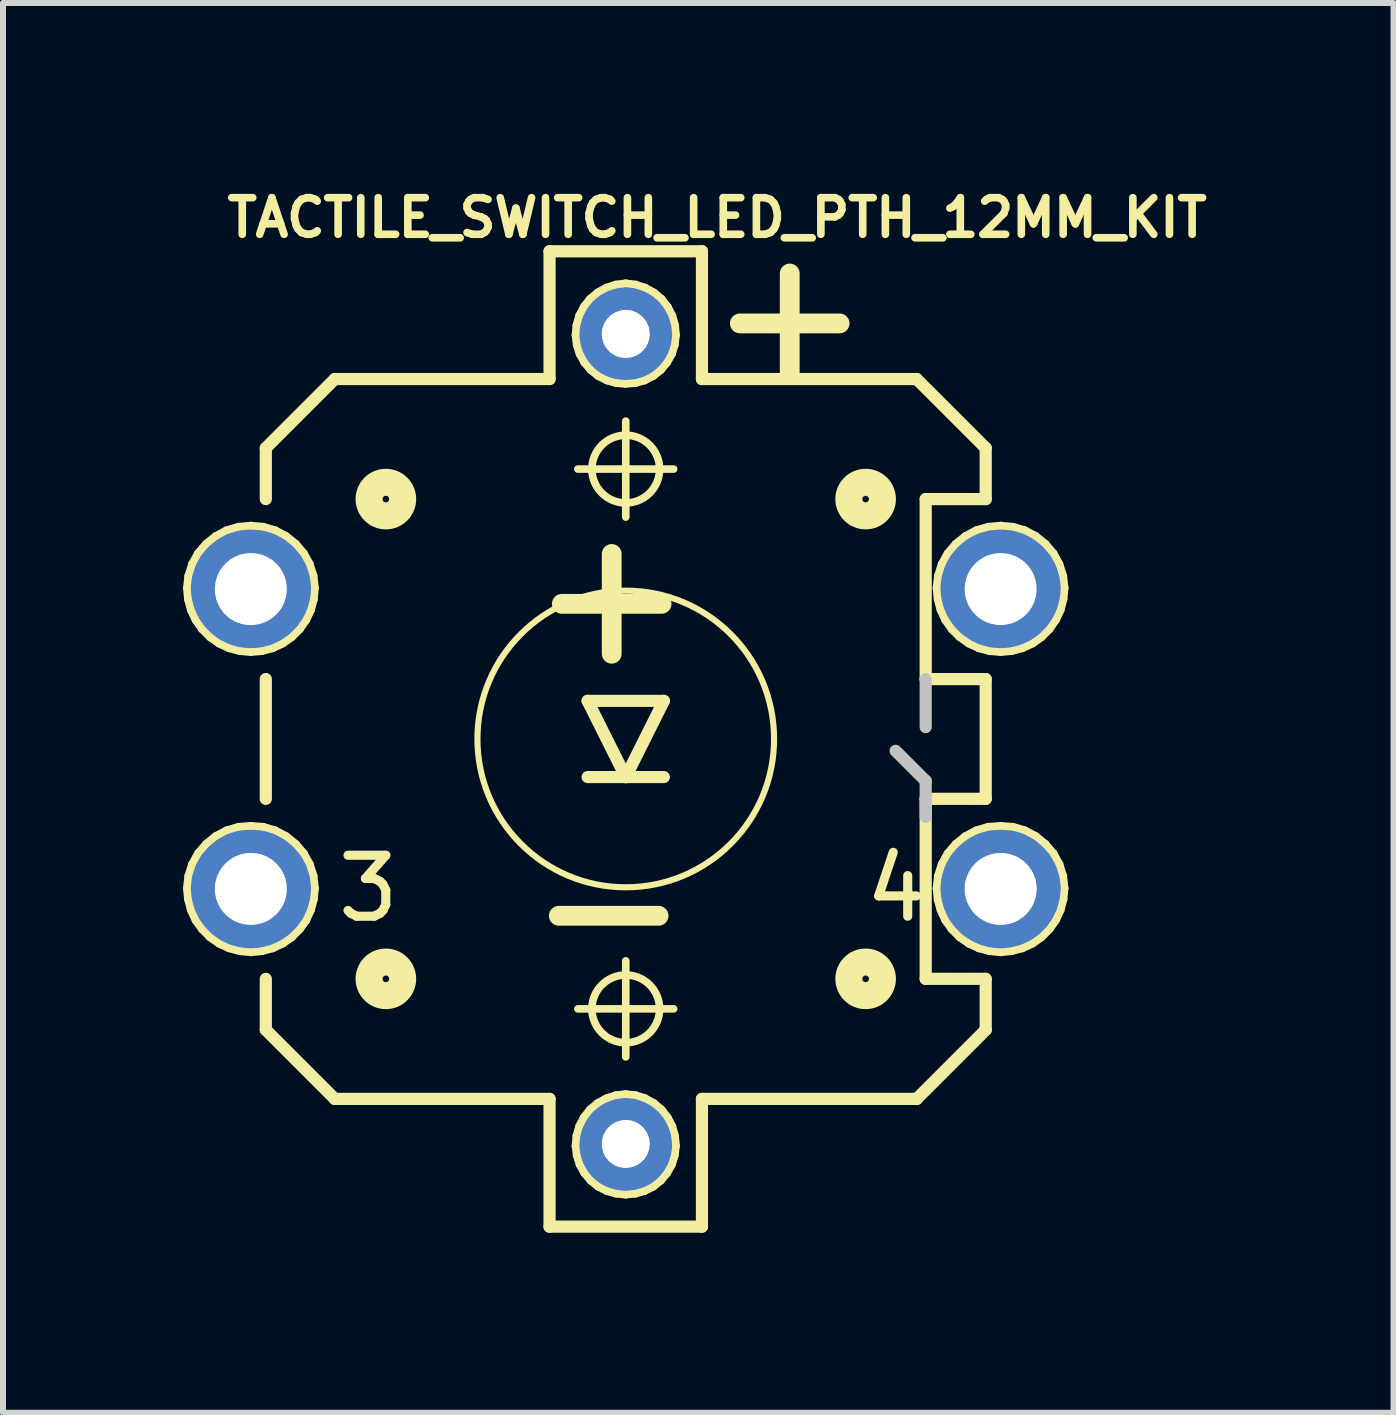
<source format=kicad_pcb>
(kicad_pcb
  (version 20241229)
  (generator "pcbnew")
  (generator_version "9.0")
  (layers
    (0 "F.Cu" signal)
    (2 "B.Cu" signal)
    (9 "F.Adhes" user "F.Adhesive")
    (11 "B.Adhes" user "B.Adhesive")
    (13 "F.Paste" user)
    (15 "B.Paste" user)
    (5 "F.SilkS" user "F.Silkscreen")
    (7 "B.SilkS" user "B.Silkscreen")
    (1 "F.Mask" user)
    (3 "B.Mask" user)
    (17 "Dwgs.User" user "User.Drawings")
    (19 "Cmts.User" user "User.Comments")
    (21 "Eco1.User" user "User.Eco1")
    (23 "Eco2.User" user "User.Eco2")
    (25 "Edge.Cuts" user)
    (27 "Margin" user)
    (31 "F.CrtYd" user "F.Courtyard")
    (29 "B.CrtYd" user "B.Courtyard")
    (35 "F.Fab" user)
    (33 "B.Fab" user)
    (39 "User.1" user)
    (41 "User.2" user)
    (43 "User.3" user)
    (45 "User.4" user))
  (footprint "TACTILE_SWITCH_LED_PTH_12MM_KIT"
    (layer "F.Cu")
    (at 7.379 9.266)
    (property "Reference" "TACTILE_SWITCH_LED_PTH_12MM_KIT" (at 1.524 -8.687 0) (layer "F.SilkS") (effects (font (size 0.61 0.61) (thickness 0.127))))
    (attr exclude_from_pos_files exclude_from_bom)
    (fp_line (start -7.315 -2.515) (end -7.297 -2.329) (stroke (width 0.127) (type solid)) (layer "F.SilkS"))
    (fp_line (start -7.315 2.489) (end -7.297 2.672) (stroke (width 0.127) (type solid)) (layer "F.SilkS"))
    (fp_line (start -7.297 -2.329) (end -7.249 -2.149) (stroke (width 0.127) (type solid)) (layer "F.SilkS"))
    (fp_line (start -7.297 2.672) (end -7.249 2.852) (stroke (width 0.127) (type solid)) (layer "F.SilkS"))
    (fp_line (start -7.292 -2.718) (end -7.315 -2.515) (stroke (width 0.127) (type solid)) (layer "F.SilkS"))
    (fp_line (start -7.292 2.283) (end -7.315 2.489) (stroke (width 0.127) (type solid)) (layer "F.SilkS"))
    (fp_line (start -7.249 -2.149) (end -7.17 -1.981) (stroke (width 0.127) (type solid)) (layer "F.SilkS"))
    (fp_line (start -7.249 2.852) (end -7.17 3.023) (stroke (width 0.127) (type solid)) (layer "F.SilkS"))
    (fp_line (start -7.229 -2.916) (end -7.292 -2.718) (stroke (width 0.127) (type solid)) (layer "F.SilkS"))
    (fp_line (start -7.229 2.085) (end -7.292 2.283) (stroke (width 0.127) (type solid)) (layer "F.SilkS"))
    (fp_line (start -7.17 -1.981) (end -7.064 -1.829) (stroke (width 0.127) (type solid)) (layer "F.SilkS"))
    (fp_line (start -7.17 3.023) (end -7.064 3.172) (stroke (width 0.127) (type solid)) (layer "F.SilkS"))
    (fp_line (start -7.13 -3.096) (end -7.229 -2.916) (stroke (width 0.127) (type solid)) (layer "F.SilkS"))
    (fp_line (start -7.13 1.905) (end -7.229 2.085) (stroke (width 0.127) (type solid)) (layer "F.SilkS"))
    (fp_line (start -7.064 -1.829) (end -6.932 -1.697) (stroke (width 0.127) (type solid)) (layer "F.SilkS"))
    (fp_line (start -7.064 3.172) (end -6.932 3.305) (stroke (width 0.127) (type solid)) (layer "F.SilkS"))
    (fp_line (start -6.995 -3.254) (end -7.13 -3.096) (stroke (width 0.127) (type solid)) (layer "F.SilkS"))
    (fp_line (start -6.995 1.748) (end -7.13 1.905) (stroke (width 0.127) (type solid)) (layer "F.SilkS"))
    (fp_line (start -6.932 -1.697) (end -6.782 -1.59) (stroke (width 0.127) (type solid)) (layer "F.SilkS"))
    (fp_line (start -6.932 3.305) (end -6.782 3.411) (stroke (width 0.127) (type solid)) (layer "F.SilkS"))
    (fp_line (start -6.835 -3.383) (end -6.995 -3.254) (stroke (width 0.127) (type solid)) (layer "F.SilkS"))
    (fp_line (start -6.835 1.618) (end -6.995 1.748) (stroke (width 0.127) (type solid)) (layer "F.SilkS"))
    (fp_line (start -6.782 -1.59) (end -6.612 -1.511) (stroke (width 0.127) (type solid)) (layer "F.SilkS"))
    (fp_line (start -6.782 2.52) (end -6.764 2.634) (stroke (width 0.127) (type solid)) (layer "F.SilkS"))
    (fp_line (start -6.782 3.411) (end -6.612 3.49) (stroke (width 0.127) (type solid)) (layer "F.SilkS"))
    (fp_line (start -6.777 -2.469) (end -6.761 -2.355) (stroke (width 0.127) (type solid)) (layer "F.SilkS"))
    (fp_line (start -6.769 2.398) (end -6.782 2.52) (stroke (width 0.127) (type solid)) (layer "F.SilkS"))
    (fp_line (start -6.767 -2.591) (end -6.777 -2.469) (stroke (width 0.127) (type solid)) (layer "F.SilkS"))
    (fp_line (start -6.764 2.634) (end -6.723 2.741) (stroke (width 0.127) (type solid)) (layer "F.SilkS"))
    (fp_line (start -6.761 -2.355) (end -6.721 -2.248) (stroke (width 0.127) (type solid)) (layer "F.SilkS"))
    (fp_line (start -6.731 2.283) (end -6.769 2.398) (stroke (width 0.127) (type solid)) (layer "F.SilkS"))
    (fp_line (start -6.728 -2.705) (end -6.767 -2.591) (stroke (width 0.127) (type solid)) (layer "F.SilkS"))
    (fp_line (start -6.723 2.741) (end -6.66 2.837) (stroke (width 0.127) (type solid)) (layer "F.SilkS"))
    (fp_line (start -6.721 -2.248) (end -6.657 -2.151) (stroke (width 0.127) (type solid)) (layer "F.SilkS"))
    (fp_line (start -6.67 2.179) (end -6.731 2.283) (stroke (width 0.127) (type solid)) (layer "F.SilkS"))
    (fp_line (start -6.668 -2.809) (end -6.728 -2.705) (stroke (width 0.127) (type solid)) (layer "F.SilkS"))
    (fp_line (start -6.66 2.837) (end -6.576 2.918) (stroke (width 0.127) (type solid)) (layer "F.SilkS"))
    (fp_line (start -6.657 -2.151) (end -6.574 -2.07) (stroke (width 0.127) (type solid)) (layer "F.SilkS"))
    (fp_line (start -6.652 -3.48) (end -6.835 -3.383) (stroke (width 0.127) (type solid)) (layer "F.SilkS"))
    (fp_line (start -6.652 1.521) (end -6.835 1.618) (stroke (width 0.127) (type solid)) (layer "F.SilkS"))
    (fp_line (start -6.612 -1.511) (end -6.431 -1.463) (stroke (width 0.127) (type solid)) (layer "F.SilkS"))
    (fp_line (start -6.612 3.49) (end -6.431 3.538) (stroke (width 0.127) (type solid)) (layer "F.SilkS"))
    (fp_line (start -6.586 2.093) (end -6.67 2.179) (stroke (width 0.127) (type solid)) (layer "F.SilkS"))
    (fp_line (start -6.584 -2.896) (end -6.668 -2.809) (stroke (width 0.127) (type solid)) (layer "F.SilkS"))
    (fp_line (start -6.576 2.918) (end -6.477 2.977) (stroke (width 0.127) (type solid)) (layer "F.SilkS"))
    (fp_line (start -6.574 -2.07) (end -6.474 -2.012) (stroke (width 0.127) (type solid)) (layer "F.SilkS"))
    (fp_line (start -6.485 2.024) (end -6.586 2.093) (stroke (width 0.127) (type solid)) (layer "F.SilkS"))
    (fp_line (start -6.482 -2.964) (end -6.584 -2.896) (stroke (width 0.127) (type solid)) (layer "F.SilkS"))
    (fp_line (start -6.477 2.977) (end -6.368 3.012) (stroke (width 0.127) (type solid)) (layer "F.SilkS"))
    (fp_line (start -6.474 -2.012) (end -6.365 -1.976) (stroke (width 0.127) (type solid)) (layer "F.SilkS"))
    (fp_line (start -6.454 -3.538) (end -6.652 -3.48) (stroke (width 0.127) (type solid)) (layer "F.SilkS"))
    (fp_line (start -6.454 1.463) (end -6.652 1.521) (stroke (width 0.127) (type solid)) (layer "F.SilkS"))
    (fp_line (start -6.431 -1.463) (end -6.248 -1.448) (stroke (width 0.127) (type solid)) (layer "F.SilkS"))
    (fp_line (start -6.431 3.538) (end -6.248 3.556) (stroke (width 0.127) (type solid)) (layer "F.SilkS"))
    (fp_line (start -6.373 1.984) (end -6.485 2.024) (stroke (width 0.127) (type solid)) (layer "F.SilkS"))
    (fp_line (start -6.37 -3.005) (end -6.482 -2.964) (stroke (width 0.127) (type solid)) (layer "F.SilkS"))
    (fp_line (start -6.368 3.012) (end -6.253 3.025) (stroke (width 0.127) (type solid)) (layer "F.SilkS"))
    (fp_line (start -6.365 -1.976) (end -6.251 -1.963) (stroke (width 0.127) (type solid)) (layer "F.SilkS"))
    (fp_line (start -6.253 3.025) (end -6.134 3.007) (stroke (width 0.127) (type solid)) (layer "F.SilkS"))
    (fp_line (start -6.251 -1.963) (end -6.132 -1.981) (stroke (width 0.127) (type solid)) (layer "F.SilkS"))
    (fp_line (start -6.251 1.968) (end -6.373 1.984) (stroke (width 0.127) (type solid)) (layer "F.SilkS"))
    (fp_line (start -6.248 -3.556) (end -6.454 -3.538) (stroke (width 0.127) (type solid)) (layer "F.SilkS"))
    (fp_line (start -6.248 -3.02) (end -6.37 -3.005) (stroke (width 0.127) (type solid)) (layer "F.SilkS"))
    (fp_line (start -6.248 -1.448) (end -6.063 -1.463) (stroke (width 0.127) (type solid)) (layer "F.SilkS"))
    (fp_line (start -6.248 1.448) (end -6.454 1.463) (stroke (width 0.127) (type solid)) (layer "F.SilkS"))
    (fp_line (start -6.248 3.556) (end -6.063 3.538) (stroke (width 0.127) (type solid)) (layer "F.SilkS"))
    (fp_line (start -6.137 1.979) (end -6.251 1.968) (stroke (width 0.127) (type solid)) (layer "F.SilkS"))
    (fp_line (start -6.134 -3.01) (end -6.248 -3.02) (stroke (width 0.127) (type solid)) (layer "F.SilkS"))
    (fp_line (start -6.134 3.007) (end -6.02 2.967) (stroke (width 0.127) (type solid)) (layer "F.SilkS"))
    (fp_line (start -6.132 -1.981) (end -6.017 -2.022) (stroke (width 0.127) (type solid)) (layer "F.SilkS"))
    (fp_line (start -6.063 -1.463) (end -5.883 -1.511) (stroke (width 0.127) (type solid)) (layer "F.SilkS"))
    (fp_line (start -6.063 3.538) (end -5.883 3.49) (stroke (width 0.127) (type solid)) (layer "F.SilkS"))
    (fp_line (start -6.04 -3.538) (end -6.248 -3.556) (stroke (width 0.127) (type solid)) (layer "F.SilkS"))
    (fp_line (start -6.04 1.463) (end -6.248 1.448) (stroke (width 0.127) (type solid)) (layer "F.SilkS"))
    (fp_line (start -6.027 2.014) (end -6.137 1.979) (stroke (width 0.127) (type solid)) (layer "F.SilkS"))
    (fp_line (start -6.025 -2.974) (end -6.134 -3.01) (stroke (width 0.127) (type solid)) (layer "F.SilkS"))
    (fp_line (start -6.02 2.967) (end -5.921 2.901) (stroke (width 0.127) (type solid)) (layer "F.SilkS"))
    (fp_line (start -6.017 -2.022) (end -5.918 -2.088) (stroke (width 0.127) (type solid)) (layer "F.SilkS"))
    (fp_line (start -5.999 -4.849) (end -4.849 -5.999) (stroke (width 0.203) (type solid)) (layer "F.SilkS"))
    (fp_line (start -5.999 -3.998) (end -5.999 -4.849) (stroke (width 0.203) (type solid)) (layer "F.SilkS"))
    (fp_line (start -5.999 0.998) (end -5.999 -0.998) (stroke (width 0.203) (type solid)) (layer "F.SilkS"))
    (fp_line (start -5.999 4.849) (end -5.999 3.998) (stroke (width 0.203) (type solid)) (layer "F.SilkS"))
    (fp_line (start -5.928 2.075) (end -6.027 2.014) (stroke (width 0.127) (type solid)) (layer "F.SilkS"))
    (fp_line (start -5.926 -2.913) (end -6.025 -2.974) (stroke (width 0.127) (type solid)) (layer "F.SilkS"))
    (fp_line (start -5.921 2.901) (end -5.837 2.814) (stroke (width 0.127) (type solid)) (layer "F.SilkS"))
    (fp_line (start -5.918 -2.088) (end -5.834 -2.174) (stroke (width 0.127) (type solid)) (layer "F.SilkS"))
    (fp_line (start -5.883 -1.511) (end -5.715 -1.59) (stroke (width 0.127) (type solid)) (layer "F.SilkS"))
    (fp_line (start -5.883 3.49) (end -5.715 3.411) (stroke (width 0.127) (type solid)) (layer "F.SilkS"))
    (fp_line (start -5.845 2.156) (end -5.928 2.075) (stroke (width 0.127) (type solid)) (layer "F.SilkS"))
    (fp_line (start -5.842 -3.48) (end -6.04 -3.538) (stroke (width 0.127) (type solid)) (layer "F.SilkS"))
    (fp_line (start -5.842 -2.832) (end -5.926 -2.913) (stroke (width 0.127) (type solid)) (layer "F.SilkS"))
    (fp_line (start -5.842 1.521) (end -6.04 1.463) (stroke (width 0.127) (type solid)) (layer "F.SilkS"))
    (fp_line (start -5.837 2.814) (end -5.776 2.71) (stroke (width 0.127) (type solid)) (layer "F.SilkS"))
    (fp_line (start -5.834 -2.174) (end -5.773 -2.278) (stroke (width 0.127) (type solid)) (layer "F.SilkS"))
    (fp_line (start -5.781 2.253) (end -5.845 2.156) (stroke (width 0.127) (type solid)) (layer "F.SilkS"))
    (fp_line (start -5.779 -2.736) (end -5.842 -2.832) (stroke (width 0.127) (type solid)) (layer "F.SilkS"))
    (fp_line (start -5.776 2.71) (end -5.738 2.598) (stroke (width 0.127) (type solid)) (layer "F.SilkS"))
    (fp_line (start -5.773 -2.278) (end -5.735 -2.39) (stroke (width 0.127) (type solid)) (layer "F.SilkS"))
    (fp_line (start -5.74 2.362) (end -5.781 2.253) (stroke (width 0.127) (type solid)) (layer "F.SilkS"))
    (fp_line (start -5.738 -2.626) (end -5.779 -2.736) (stroke (width 0.127) (type solid)) (layer "F.SilkS"))
    (fp_line (start -5.738 2.598) (end -5.728 2.479) (stroke (width 0.127) (type solid)) (layer "F.SilkS"))
    (fp_line (start -5.735 -2.39) (end -5.723 -2.51) (stroke (width 0.127) (type solid)) (layer "F.SilkS"))
    (fp_line (start -5.728 2.479) (end -5.74 2.362) (stroke (width 0.127) (type solid)) (layer "F.SilkS"))
    (fp_line (start -5.723 -2.51) (end -5.738 -2.626) (stroke (width 0.127) (type solid)) (layer "F.SilkS"))
    (fp_line (start -5.715 -1.59) (end -5.563 -1.697) (stroke (width 0.127) (type solid)) (layer "F.SilkS"))
    (fp_line (start -5.715 3.411) (end -5.563 3.305) (stroke (width 0.127) (type solid)) (layer "F.SilkS"))
    (fp_line (start -5.659 -3.383) (end -5.842 -3.48) (stroke (width 0.127) (type solid)) (layer "F.SilkS"))
    (fp_line (start -5.659 1.618) (end -5.842 1.521) (stroke (width 0.127) (type solid)) (layer "F.SilkS"))
    (fp_line (start -5.563 -1.697) (end -5.431 -1.829) (stroke (width 0.127) (type solid)) (layer "F.SilkS"))
    (fp_line (start -5.563 3.305) (end -5.431 3.172) (stroke (width 0.127) (type solid)) (layer "F.SilkS"))
    (fp_line (start -5.499 -3.254) (end -5.659 -3.383) (stroke (width 0.127) (type solid)) (layer "F.SilkS"))
    (fp_line (start -5.499 1.748) (end -5.659 1.618) (stroke (width 0.127) (type solid)) (layer "F.SilkS"))
    (fp_line (start -5.431 -1.829) (end -5.324 -1.981) (stroke (width 0.127) (type solid)) (layer "F.SilkS"))
    (fp_line (start -5.431 3.172) (end -5.324 3.023) (stroke (width 0.127) (type solid)) (layer "F.SilkS"))
    (fp_line (start -5.364 -3.096) (end -5.499 -3.254) (stroke (width 0.127) (type solid)) (layer "F.SilkS"))
    (fp_line (start -5.364 1.905) (end -5.499 1.748) (stroke (width 0.127) (type solid)) (layer "F.SilkS"))
    (fp_line (start -5.324 -1.981) (end -5.245 -2.149) (stroke (width 0.127) (type solid)) (layer "F.SilkS"))
    (fp_line (start -5.324 3.023) (end -5.245 2.852) (stroke (width 0.127) (type solid)) (layer "F.SilkS"))
    (fp_line (start -5.265 -2.916) (end -5.364 -3.096) (stroke (width 0.127) (type solid)) (layer "F.SilkS"))
    (fp_line (start -5.265 2.085) (end -5.364 1.905) (stroke (width 0.127) (type solid)) (layer "F.SilkS"))
    (fp_line (start -5.245 -2.149) (end -5.197 -2.329) (stroke (width 0.127) (type solid)) (layer "F.SilkS"))
    (fp_line (start -5.245 2.852) (end -5.197 2.672) (stroke (width 0.127) (type solid)) (layer "F.SilkS"))
    (fp_line (start -5.202 -2.718) (end -5.265 -2.916) (stroke (width 0.127) (type solid)) (layer "F.SilkS"))
    (fp_line (start -5.202 2.283) (end -5.265 2.085) (stroke (width 0.127) (type solid)) (layer "F.SilkS"))
    (fp_line (start -5.197 -2.329) (end -5.179 -2.515) (stroke (width 0.127) (type solid)) (layer "F.SilkS"))
    (fp_line (start -5.197 2.672) (end -5.179 2.489) (stroke (width 0.127) (type solid)) (layer "F.SilkS"))
    (fp_line (start -5.179 -2.515) (end -5.202 -2.718) (stroke (width 0.127) (type solid)) (layer "F.SilkS"))
    (fp_line (start -5.179 2.489) (end -5.202 2.283) (stroke (width 0.127) (type solid)) (layer "F.SilkS"))
    (fp_line (start -4.849 -5.999) (end -1.27 -5.999) (stroke (width 0.203) (type solid)) (layer "F.SilkS"))
    (fp_line (start -4.849 5.999) (end -5.999 4.849) (stroke (width 0.203) (type solid)) (layer "F.SilkS"))
    (fp_line (start -1.27 -8.128) (end 1.27 -8.128) (stroke (width 0.203) (type solid)) (layer "F.SilkS"))
    (fp_line (start -1.27 -5.999) (end -1.27 -8.128) (stroke (width 0.203) (type solid)) (layer "F.SilkS"))
    (fp_line (start -1.27 5.999) (end -4.849 5.999) (stroke (width 0.203) (type solid)) (layer "F.SilkS"))
    (fp_line (start -1.27 8.128) (end -1.27 5.999) (stroke (width 0.203) (type solid)) (layer "F.SilkS"))
    (fp_line (start -0.838 -6.731) (end -0.818 -6.568) (stroke (width 0.127) (type solid)) (layer "F.SilkS"))
    (fp_line (start -0.838 6.782) (end -0.818 6.942) (stroke (width 0.127) (type solid)) (layer "F.SilkS"))
    (fp_line (start -0.823 -6.896) (end -0.838 -6.731) (stroke (width 0.127) (type solid)) (layer "F.SilkS"))
    (fp_line (start -0.823 6.614) (end -0.838 6.782) (stroke (width 0.127) (type solid)) (layer "F.SilkS"))
    (fp_line (start -0.818 -6.568) (end -0.77 -6.416) (stroke (width 0.127) (type solid)) (layer "F.SilkS"))
    (fp_line (start -0.818 6.942) (end -0.77 7.094) (stroke (width 0.127) (type solid)) (layer "F.SilkS"))
    (fp_line (start -0.798 -4.498) (end 0.798 -4.498) (stroke (width 0.127) (type solid)) (layer "F.SilkS"))
    (fp_line (start -0.798 4.498) (end 0.798 4.498) (stroke (width 0.127) (type solid)) (layer "F.SilkS"))
    (fp_line (start -0.777 -7.056) (end -0.823 -6.896) (stroke (width 0.127) (type solid)) (layer "F.SilkS"))
    (fp_line (start -0.777 6.454) (end -0.823 6.614) (stroke (width 0.127) (type solid)) (layer "F.SilkS"))
    (fp_line (start -0.77 -6.416) (end -0.691 -6.274) (stroke (width 0.127) (type solid)) (layer "F.SilkS"))
    (fp_line (start -0.77 7.094) (end -0.691 7.236) (stroke (width 0.127) (type solid)) (layer "F.SilkS"))
    (fp_line (start -0.701 -7.203) (end -0.777 -7.056) (stroke (width 0.127) (type solid)) (layer "F.SilkS"))
    (fp_line (start -0.701 6.307) (end -0.777 6.454) (stroke (width 0.127) (type solid)) (layer "F.SilkS"))
    (fp_line (start -0.691 -6.274) (end -0.587 -6.149) (stroke (width 0.127) (type solid)) (layer "F.SilkS"))
    (fp_line (start -0.691 7.236) (end -0.587 7.361) (stroke (width 0.127) (type solid)) (layer "F.SilkS"))
    (fp_line (start -0.635 -0.635) (end 0 0.635) (stroke (width 0.203) (type solid)) (layer "F.SilkS"))
    (fp_line (start -0.597 -7.336) (end -0.701 -7.203) (stroke (width 0.127) (type solid)) (layer "F.SilkS"))
    (fp_line (start -0.597 6.175) (end -0.701 6.307) (stroke (width 0.127) (type solid)) (layer "F.SilkS"))
    (fp_line (start -0.587 -6.149) (end -0.46 -6.048) (stroke (width 0.127) (type solid)) (layer "F.SilkS"))
    (fp_line (start -0.587 7.361) (end -0.46 7.463) (stroke (width 0.127) (type solid)) (layer "F.SilkS"))
    (fp_line (start -0.47 -7.442) (end -0.597 -7.336) (stroke (width 0.127) (type solid)) (layer "F.SilkS"))
    (fp_line (start -0.47 6.068) (end -0.597 6.175) (stroke (width 0.127) (type solid)) (layer "F.SilkS"))
    (fp_line (start -0.46 -6.048) (end -0.315 -5.974) (stroke (width 0.127) (type solid)) (layer "F.SilkS"))
    (fp_line (start -0.46 7.463) (end -0.315 7.536) (stroke (width 0.127) (type solid)) (layer "F.SilkS"))
    (fp_line (start -0.33 -6.731) (end -0.315 -6.647) (stroke (width 0.127) (type solid)) (layer "F.SilkS"))
    (fp_line (start -0.33 6.774) (end -0.315 6.855) (stroke (width 0.127) (type solid)) (layer "F.SilkS"))
    (fp_line (start -0.323 -7.523) (end -0.47 -7.442) (stroke (width 0.127) (type solid)) (layer "F.SilkS"))
    (fp_line (start -0.323 -6.807) (end -0.33 -6.731) (stroke (width 0.127) (type solid)) (layer "F.SilkS"))
    (fp_line (start -0.323 5.987) (end -0.47 6.068) (stroke (width 0.127) (type solid)) (layer "F.SilkS"))
    (fp_line (start -0.323 6.695) (end -0.33 6.774) (stroke (width 0.127) (type solid)) (layer "F.SilkS"))
    (fp_line (start -0.315 -6.647) (end -0.279 -6.574) (stroke (width 0.127) (type solid)) (layer "F.SilkS"))
    (fp_line (start -0.315 -5.974) (end -0.16 -5.931) (stroke (width 0.127) (type solid)) (layer "F.SilkS"))
    (fp_line (start -0.315 6.855) (end -0.279 6.929) (stroke (width 0.127) (type solid)) (layer "F.SilkS"))
    (fp_line (start -0.315 7.536) (end -0.16 7.579) (stroke (width 0.127) (type solid)) (layer "F.SilkS"))
    (fp_line (start -0.3 -6.881) (end -0.323 -6.807) (stroke (width 0.127) (type solid)) (layer "F.SilkS"))
    (fp_line (start -0.3 6.622) (end -0.323 6.695) (stroke (width 0.127) (type solid)) (layer "F.SilkS"))
    (fp_line (start -0.279 -6.574) (end -0.226 -6.51) (stroke (width 0.127) (type solid)) (layer "F.SilkS"))
    (fp_line (start -0.279 6.929) (end -0.226 6.993) (stroke (width 0.127) (type solid)) (layer "F.SilkS"))
    (fp_line (start -0.262 -6.947) (end -0.3 -6.881) (stroke (width 0.127) (type solid)) (layer "F.SilkS"))
    (fp_line (start -0.262 6.556) (end -0.3 6.622) (stroke (width 0.127) (type solid)) (layer "F.SilkS"))
    (fp_line (start -0.226 -6.51) (end -0.16 -6.462) (stroke (width 0.127) (type solid)) (layer "F.SilkS"))
    (fp_line (start -0.226 6.993) (end -0.16 7.041) (stroke (width 0.127) (type solid)) (layer "F.SilkS"))
    (fp_line (start -0.211 -7.003) (end -0.262 -6.947) (stroke (width 0.127) (type solid)) (layer "F.SilkS"))
    (fp_line (start -0.211 6.5) (end -0.262 6.556) (stroke (width 0.127) (type solid)) (layer "F.SilkS"))
    (fp_line (start -0.165 -7.574) (end -0.323 -7.523) (stroke (width 0.127) (type solid)) (layer "F.SilkS"))
    (fp_line (start -0.165 5.936) (end -0.323 5.987) (stroke (width 0.127) (type solid)) (layer "F.SilkS"))
    (fp_line (start -0.16 -6.462) (end -0.081 -6.431) (stroke (width 0.127) (type solid)) (layer "F.SilkS"))
    (fp_line (start -0.16 -5.931) (end 0 -5.918) (stroke (width 0.127) (type solid)) (layer "F.SilkS"))
    (fp_line (start -0.16 7.041) (end -0.081 7.071) (stroke (width 0.127) (type solid)) (layer "F.SilkS"))
    (fp_line (start -0.16 7.579) (end 0 7.595) (stroke (width 0.127) (type solid)) (layer "F.SilkS"))
    (fp_line (start -0.147 -7.046) (end -0.211 -7.003) (stroke (width 0.127) (type solid)) (layer "F.SilkS"))
    (fp_line (start -0.147 6.457) (end -0.211 6.5) (stroke (width 0.127) (type solid)) (layer "F.SilkS"))
    (fp_line (start -0.081 -6.431) (end 0 -6.426) (stroke (width 0.127) (type solid)) (layer "F.SilkS"))
    (fp_line (start -0.081 7.071) (end 0 7.079) (stroke (width 0.127) (type solid)) (layer "F.SilkS"))
    (fp_line (start -0.074 -7.074) (end -0.147 -7.046) (stroke (width 0.127) (type solid)) (layer "F.SilkS"))
    (fp_line (start -0.074 6.429) (end -0.147 6.457) (stroke (width 0.127) (type solid)) (layer "F.SilkS"))
    (fp_line (start 0 -7.595) (end -0.165 -7.574) (stroke (width 0.127) (type solid)) (layer "F.SilkS"))
    (fp_line (start 0 -7.087) (end -0.074 -7.074) (stroke (width 0.127) (type solid)) (layer "F.SilkS"))
    (fp_line (start 0 -6.426) (end 0.071 -6.434) (stroke (width 0.127) (type solid)) (layer "F.SilkS"))
    (fp_line (start 0 -5.918) (end 0.16 -5.931) (stroke (width 0.127) (type solid)) (layer "F.SilkS"))
    (fp_line (start 0 -3.698) (end 0 -5.298) (stroke (width 0.127) (type solid)) (layer "F.SilkS"))
    (fp_line (start 0 0.635) (end -0.635 0.635) (stroke (width 0.203) (type solid)) (layer "F.SilkS"))
    (fp_line (start 0 0.635) (end 0.635 -0.635) (stroke (width 0.203) (type solid)) (layer "F.SilkS"))
    (fp_line (start 0 5.298) (end 0 3.698) (stroke (width 0.127) (type solid)) (layer "F.SilkS"))
    (fp_line (start 0 5.918) (end -0.165 5.936) (stroke (width 0.127) (type solid)) (layer "F.SilkS"))
    (fp_line (start 0 6.419) (end -0.074 6.429) (stroke (width 0.127) (type solid)) (layer "F.SilkS"))
    (fp_line (start 0 7.079) (end 0.071 7.069) (stroke (width 0.127) (type solid)) (layer "F.SilkS"))
    (fp_line (start 0 7.595) (end 0.16 7.579) (stroke (width 0.127) (type solid)) (layer "F.SilkS"))
    (fp_line (start 0.071 -6.434) (end 0.142 -6.457) (stroke (width 0.127) (type solid)) (layer "F.SilkS"))
    (fp_line (start 0.071 7.069) (end 0.142 7.046) (stroke (width 0.127) (type solid)) (layer "F.SilkS"))
    (fp_line (start 0.084 -7.074) (end 0 -7.087) (stroke (width 0.127) (type solid)) (layer "F.SilkS"))
    (fp_line (start 0.084 6.429) (end 0 6.419) (stroke (width 0.127) (type solid)) (layer "F.SilkS"))
    (fp_line (start 0.142 -6.457) (end 0.206 -6.497) (stroke (width 0.127) (type solid)) (layer "F.SilkS"))
    (fp_line (start 0.142 7.046) (end 0.206 7.005) (stroke (width 0.127) (type solid)) (layer "F.SilkS"))
    (fp_line (start 0.16 -5.931) (end 0.315 -5.974) (stroke (width 0.127) (type solid)) (layer "F.SilkS"))
    (fp_line (start 0.16 7.579) (end 0.315 7.536) (stroke (width 0.127) (type solid)) (layer "F.SilkS"))
    (fp_line (start 0.165 -7.574) (end 0 -7.595) (stroke (width 0.127) (type solid)) (layer "F.SilkS"))
    (fp_line (start 0.165 -7.041) (end 0.084 -7.074) (stroke (width 0.127) (type solid)) (layer "F.SilkS"))
    (fp_line (start 0.165 5.936) (end 0 5.918) (stroke (width 0.127) (type solid)) (layer "F.SilkS"))
    (fp_line (start 0.165 6.462) (end 0.084 6.429) (stroke (width 0.127) (type solid)) (layer "F.SilkS"))
    (fp_line (start 0.206 -6.497) (end 0.257 -6.548) (stroke (width 0.127) (type solid)) (layer "F.SilkS"))
    (fp_line (start 0.206 7.005) (end 0.257 6.955) (stroke (width 0.127) (type solid)) (layer "F.SilkS"))
    (fp_line (start 0.231 -6.988) (end 0.165 -7.041) (stroke (width 0.127) (type solid)) (layer "F.SilkS"))
    (fp_line (start 0.231 6.515) (end 0.165 6.462) (stroke (width 0.127) (type solid)) (layer "F.SilkS"))
    (fp_line (start 0.257 -6.548) (end 0.297 -6.612) (stroke (width 0.127) (type solid)) (layer "F.SilkS"))
    (fp_line (start 0.257 6.955) (end 0.297 6.891) (stroke (width 0.127) (type solid)) (layer "F.SilkS"))
    (fp_line (start 0.284 -6.921) (end 0.231 -6.988) (stroke (width 0.127) (type solid)) (layer "F.SilkS"))
    (fp_line (start 0.284 6.584) (end 0.231 6.515) (stroke (width 0.127) (type solid)) (layer "F.SilkS"))
    (fp_line (start 0.297 -6.612) (end 0.32 -6.683) (stroke (width 0.127) (type solid)) (layer "F.SilkS"))
    (fp_line (start 0.297 6.891) (end 0.32 6.82) (stroke (width 0.127) (type solid)) (layer "F.SilkS"))
    (fp_line (start 0.315 -5.974) (end 0.46 -6.048) (stroke (width 0.127) (type solid)) (layer "F.SilkS"))
    (fp_line (start 0.315 7.536) (end 0.46 7.463) (stroke (width 0.127) (type solid)) (layer "F.SilkS"))
    (fp_line (start 0.318 -6.84) (end 0.284 -6.921) (stroke (width 0.127) (type solid)) (layer "F.SilkS"))
    (fp_line (start 0.318 6.662) (end 0.284 6.584) (stroke (width 0.127) (type solid)) (layer "F.SilkS"))
    (fp_line (start 0.32 -6.683) (end 0.33 -6.756) (stroke (width 0.127) (type solid)) (layer "F.SilkS"))
    (fp_line (start 0.32 6.82) (end 0.33 6.749) (stroke (width 0.127) (type solid)) (layer "F.SilkS"))
    (fp_line (start 0.323 -7.523) (end 0.165 -7.574) (stroke (width 0.127) (type solid)) (layer "F.SilkS"))
    (fp_line (start 0.323 5.987) (end 0.165 5.936) (stroke (width 0.127) (type solid)) (layer "F.SilkS"))
    (fp_line (start 0.33 -6.756) (end 0.318 -6.84) (stroke (width 0.127) (type solid)) (layer "F.SilkS"))
    (fp_line (start 0.33 6.749) (end 0.318 6.662) (stroke (width 0.127) (type solid)) (layer "F.SilkS"))
    (fp_line (start 0.46 -6.048) (end 0.587 -6.149) (stroke (width 0.127) (type solid)) (layer "F.SilkS"))
    (fp_line (start 0.46 7.463) (end 0.587 7.361) (stroke (width 0.127) (type solid)) (layer "F.SilkS"))
    (fp_line (start 0.47 -7.442) (end 0.323 -7.523) (stroke (width 0.127) (type solid)) (layer "F.SilkS"))
    (fp_line (start 0.47 6.068) (end 0.323 5.987) (stroke (width 0.127) (type solid)) (layer "F.SilkS"))
    (fp_line (start 0.587 -6.149) (end 0.691 -6.274) (stroke (width 0.127) (type solid)) (layer "F.SilkS"))
    (fp_line (start 0.587 7.361) (end 0.691 7.236) (stroke (width 0.127) (type solid)) (layer "F.SilkS"))
    (fp_line (start 0.597 -7.336) (end 0.47 -7.442) (stroke (width 0.127) (type solid)) (layer "F.SilkS"))
    (fp_line (start 0.597 6.175) (end 0.47 6.068) (stroke (width 0.127) (type solid)) (layer "F.SilkS"))
    (fp_line (start 0.635 -0.635) (end -0.635 -0.635) (stroke (width 0.203) (type solid)) (layer "F.SilkS"))
    (fp_line (start 0.635 0.635) (end 0 0.635) (stroke (width 0.203) (type solid)) (layer "F.SilkS"))
    (fp_line (start 0.691 -6.274) (end 0.77 -6.416) (stroke (width 0.127) (type solid)) (layer "F.SilkS"))
    (fp_line (start 0.691 7.236) (end 0.77 7.094) (stroke (width 0.127) (type solid)) (layer "F.SilkS"))
    (fp_line (start 0.701 -7.203) (end 0.597 -7.336) (stroke (width 0.127) (type solid)) (layer "F.SilkS"))
    (fp_line (start 0.701 6.307) (end 0.597 6.175) (stroke (width 0.127) (type solid)) (layer "F.SilkS"))
    (fp_line (start 0.77 -6.416) (end 0.818 -6.568) (stroke (width 0.127) (type solid)) (layer "F.SilkS"))
    (fp_line (start 0.77 7.094) (end 0.818 6.942) (stroke (width 0.127) (type solid)) (layer "F.SilkS"))
    (fp_line (start 0.777 -7.056) (end 0.701 -7.203) (stroke (width 0.127) (type solid)) (layer "F.SilkS"))
    (fp_line (start 0.777 6.454) (end 0.701 6.307) (stroke (width 0.127) (type solid)) (layer "F.SilkS"))
    (fp_line (start 0.818 -6.568) (end 0.838 -6.731) (stroke (width 0.127) (type solid)) (layer "F.SilkS"))
    (fp_line (start 0.818 6.942) (end 0.838 6.782) (stroke (width 0.127) (type solid)) (layer "F.SilkS"))
    (fp_line (start 0.823 -6.896) (end 0.777 -7.056) (stroke (width 0.127) (type solid)) (layer "F.SilkS"))
    (fp_line (start 0.823 6.614) (end 0.777 6.454) (stroke (width 0.127) (type solid)) (layer "F.SilkS"))
    (fp_line (start 0.838 -6.731) (end 0.823 -6.896) (stroke (width 0.127) (type solid)) (layer "F.SilkS"))
    (fp_line (start 0.838 6.782) (end 0.823 6.614) (stroke (width 0.127) (type solid)) (layer "F.SilkS"))
    (fp_line (start 1.27 -8.128) (end 1.27 -5.999) (stroke (width 0.203) (type solid)) (layer "F.SilkS"))
    (fp_line (start 1.27 -5.999) (end 4.849 -5.999) (stroke (width 0.203) (type solid)) (layer "F.SilkS"))
    (fp_line (start 1.27 5.999) (end 1.27 8.128) (stroke (width 0.203) (type solid)) (layer "F.SilkS"))
    (fp_line (start 1.27 8.128) (end -1.27 8.128) (stroke (width 0.203) (type solid)) (layer "F.SilkS"))
    (fp_line (start 4.849 -5.999) (end 5.999 -4.849) (stroke (width 0.203) (type solid)) (layer "F.SilkS"))
    (fp_line (start 4.849 5.999) (end 1.27 5.999) (stroke (width 0.203) (type solid)) (layer "F.SilkS"))
    (fp_line (start 4.999 -3.998) (end 5.999 -3.998) (stroke (width 0.203) (type solid)) (layer "F.SilkS"))
    (fp_line (start 4.999 -0.998) (end 4.999 -3.998) (stroke (width 0.203) (type solid)) (layer "F.SilkS"))
    (fp_line (start 4.999 0.998) (end 4.999 3.998) (stroke (width 0.203) (type solid)) (layer "F.SilkS"))
    (fp_line (start 4.999 3.998) (end 5.999 3.998) (stroke (width 0.203) (type solid)) (layer "F.SilkS"))
    (fp_line (start 5.179 -2.515) (end 5.197 -2.329) (stroke (width 0.127) (type solid)) (layer "F.SilkS"))
    (fp_line (start 5.179 2.489) (end 5.197 2.672) (stroke (width 0.127) (type solid)) (layer "F.SilkS"))
    (fp_line (start 5.197 -2.329) (end 5.245 -2.149) (stroke (width 0.127) (type solid)) (layer "F.SilkS"))
    (fp_line (start 5.197 2.672) (end 5.245 2.852) (stroke (width 0.127) (type solid)) (layer "F.SilkS"))
    (fp_line (start 5.202 -2.718) (end 5.179 -2.515) (stroke (width 0.127) (type solid)) (layer "F.SilkS"))
    (fp_line (start 5.202 2.283) (end 5.179 2.489) (stroke (width 0.127) (type solid)) (layer "F.SilkS"))
    (fp_line (start 5.245 -2.149) (end 5.324 -1.981) (stroke (width 0.127) (type solid)) (layer "F.SilkS"))
    (fp_line (start 5.245 2.852) (end 5.324 3.023) (stroke (width 0.127) (type solid)) (layer "F.SilkS"))
    (fp_line (start 5.265 -2.916) (end 5.202 -2.718) (stroke (width 0.127) (type solid)) (layer "F.SilkS"))
    (fp_line (start 5.265 2.085) (end 5.202 2.283) (stroke (width 0.127) (type solid)) (layer "F.SilkS"))
    (fp_line (start 5.324 -1.981) (end 5.431 -1.829) (stroke (width 0.127) (type solid)) (layer "F.SilkS"))
    (fp_line (start 5.324 3.023) (end 5.431 3.172) (stroke (width 0.127) (type solid)) (layer "F.SilkS"))
    (fp_line (start 5.364 -3.096) (end 5.265 -2.916) (stroke (width 0.127) (type solid)) (layer "F.SilkS"))
    (fp_line (start 5.364 1.905) (end 5.265 2.085) (stroke (width 0.127) (type solid)) (layer "F.SilkS"))
    (fp_line (start 5.431 -1.829) (end 5.563 -1.697) (stroke (width 0.127) (type solid)) (layer "F.SilkS"))
    (fp_line (start 5.431 3.172) (end 5.563 3.305) (stroke (width 0.127) (type solid)) (layer "F.SilkS"))
    (fp_line (start 5.499 -3.254) (end 5.364 -3.096) (stroke (width 0.127) (type solid)) (layer "F.SilkS"))
    (fp_line (start 5.499 1.748) (end 5.364 1.905) (stroke (width 0.127) (type solid)) (layer "F.SilkS"))
    (fp_line (start 5.563 -1.697) (end 5.715 -1.59) (stroke (width 0.127) (type solid)) (layer "F.SilkS"))
    (fp_line (start 5.563 3.305) (end 5.715 3.411) (stroke (width 0.127) (type solid)) (layer "F.SilkS"))
    (fp_line (start 5.659 -3.383) (end 5.499 -3.254) (stroke (width 0.127) (type solid)) (layer "F.SilkS"))
    (fp_line (start 5.659 1.618) (end 5.499 1.748) (stroke (width 0.127) (type solid)) (layer "F.SilkS"))
    (fp_line (start 5.715 -1.59) (end 5.883 -1.511) (stroke (width 0.127) (type solid)) (layer "F.SilkS"))
    (fp_line (start 5.715 3.411) (end 5.883 3.49) (stroke (width 0.127) (type solid)) (layer "F.SilkS"))
    (fp_line (start 5.72 -2.471) (end 5.738 -2.357) (stroke (width 0.127) (type solid)) (layer "F.SilkS"))
    (fp_line (start 5.728 2.525) (end 5.743 2.639) (stroke (width 0.127) (type solid)) (layer "F.SilkS"))
    (fp_line (start 5.733 -2.593) (end 5.72 -2.471) (stroke (width 0.127) (type solid)) (layer "F.SilkS"))
    (fp_line (start 5.738 -2.357) (end 5.779 -2.25) (stroke (width 0.127) (type solid)) (layer "F.SilkS"))
    (fp_line (start 5.738 2.403) (end 5.728 2.525) (stroke (width 0.127) (type solid)) (layer "F.SilkS"))
    (fp_line (start 5.743 2.639) (end 5.784 2.746) (stroke (width 0.127) (type solid)) (layer "F.SilkS"))
    (fp_line (start 5.771 -2.708) (end 5.733 -2.593) (stroke (width 0.127) (type solid)) (layer "F.SilkS"))
    (fp_line (start 5.776 2.289) (end 5.738 2.403) (stroke (width 0.127) (type solid)) (layer "F.SilkS"))
    (fp_line (start 5.779 -2.25) (end 5.842 -2.154) (stroke (width 0.127) (type solid)) (layer "F.SilkS"))
    (fp_line (start 5.784 2.746) (end 5.847 2.842) (stroke (width 0.127) (type solid)) (layer "F.SilkS"))
    (fp_line (start 5.832 -2.812) (end 5.771 -2.708) (stroke (width 0.127) (type solid)) (layer "F.SilkS"))
    (fp_line (start 5.837 2.184) (end 5.776 2.289) (stroke (width 0.127) (type solid)) (layer "F.SilkS"))
    (fp_line (start 5.842 -3.48) (end 5.659 -3.383) (stroke (width 0.127) (type solid)) (layer "F.SilkS"))
    (fp_line (start 5.842 -2.154) (end 5.926 -2.073) (stroke (width 0.127) (type solid)) (layer "F.SilkS"))
    (fp_line (start 5.842 1.521) (end 5.659 1.618) (stroke (width 0.127) (type solid)) (layer "F.SilkS"))
    (fp_line (start 5.847 2.842) (end 5.931 2.924) (stroke (width 0.127) (type solid)) (layer "F.SilkS"))
    (fp_line (start 5.883 -1.511) (end 6.063 -1.463) (stroke (width 0.127) (type solid)) (layer "F.SilkS"))
    (fp_line (start 5.883 3.49) (end 6.063 3.538) (stroke (width 0.127) (type solid)) (layer "F.SilkS"))
    (fp_line (start 5.916 -2.898) (end 5.832 -2.812) (stroke (width 0.127) (type solid)) (layer "F.SilkS"))
    (fp_line (start 5.921 2.098) (end 5.837 2.184) (stroke (width 0.127) (type solid)) (layer "F.SilkS"))
    (fp_line (start 5.926 -2.073) (end 6.025 -2.014) (stroke (width 0.127) (type solid)) (layer "F.SilkS"))
    (fp_line (start 5.931 2.924) (end 6.03 2.982) (stroke (width 0.127) (type solid)) (layer "F.SilkS"))
    (fp_line (start 5.999 -4.849) (end 5.999 -3.998) (stroke (width 0.203) (type solid)) (layer "F.SilkS"))
    (fp_line (start 5.999 -0.998) (end 4.999 -0.998) (stroke (width 0.203) (type solid)) (layer "F.SilkS"))
    (fp_line (start 5.999 -0.998) (end 5.999 0.998) (stroke (width 0.203) (type solid)) (layer "F.SilkS"))
    (fp_line (start 5.999 0.998) (end 4.999 0.998) (stroke (width 0.203) (type solid)) (layer "F.SilkS"))
    (fp_line (start 5.999 3.998) (end 5.999 4.849) (stroke (width 0.203) (type solid)) (layer "F.SilkS"))
    (fp_line (start 5.999 4.849) (end 4.849 5.999) (stroke (width 0.203) (type solid)) (layer "F.SilkS"))
    (fp_line (start 6.017 -2.967) (end 5.916 -2.898) (stroke (width 0.127) (type solid)) (layer "F.SilkS"))
    (fp_line (start 6.022 2.029) (end 5.921 2.098) (stroke (width 0.127) (type solid)) (layer "F.SilkS"))
    (fp_line (start 6.025 -2.014) (end 6.134 -1.979) (stroke (width 0.127) (type solid)) (layer "F.SilkS"))
    (fp_line (start 6.03 2.982) (end 6.139 3.018) (stroke (width 0.127) (type solid)) (layer "F.SilkS"))
    (fp_line (start 6.04 -3.538) (end 5.842 -3.48) (stroke (width 0.127) (type solid)) (layer "F.SilkS"))
    (fp_line (start 6.04 1.463) (end 5.842 1.521) (stroke (width 0.127) (type solid)) (layer "F.SilkS"))
    (fp_line (start 6.063 -1.463) (end 6.248 -1.448) (stroke (width 0.127) (type solid)) (layer "F.SilkS"))
    (fp_line (start 6.063 3.538) (end 6.248 3.556) (stroke (width 0.127) (type solid)) (layer "F.SilkS"))
    (fp_line (start 6.129 -3.007) (end 6.017 -2.967) (stroke (width 0.127) (type solid)) (layer "F.SilkS"))
    (fp_line (start 6.134 -1.979) (end 6.248 -1.966) (stroke (width 0.127) (type solid)) (layer "F.SilkS"))
    (fp_line (start 6.134 1.989) (end 6.022 2.029) (stroke (width 0.127) (type solid)) (layer "F.SilkS"))
    (fp_line (start 6.139 3.018) (end 6.253 3.03) (stroke (width 0.127) (type solid)) (layer "F.SilkS"))
    (fp_line (start 6.248 -3.556) (end 6.04 -3.538) (stroke (width 0.127) (type solid)) (layer "F.SilkS"))
    (fp_line (start 6.248 -1.966) (end 6.368 -1.984) (stroke (width 0.127) (type solid)) (layer "F.SilkS"))
    (fp_line (start 6.248 -1.448) (end 6.431 -1.463) (stroke (width 0.127) (type solid)) (layer "F.SilkS"))
    (fp_line (start 6.248 1.448) (end 6.04 1.463) (stroke (width 0.127) (type solid)) (layer "F.SilkS"))
    (fp_line (start 6.248 3.556) (end 6.431 3.538) (stroke (width 0.127) (type solid)) (layer "F.SilkS"))
    (fp_line (start 6.251 -3.023) (end 6.129 -3.007) (stroke (width 0.127) (type solid)) (layer "F.SilkS"))
    (fp_line (start 6.253 3.03) (end 6.373 3.012) (stroke (width 0.127) (type solid)) (layer "F.SilkS"))
    (fp_line (start 6.256 1.974) (end 6.134 1.989) (stroke (width 0.127) (type solid)) (layer "F.SilkS"))
    (fp_line (start 6.365 -3.012) (end 6.251 -3.023) (stroke (width 0.127) (type solid)) (layer "F.SilkS"))
    (fp_line (start 6.368 -1.984) (end 6.482 -2.024) (stroke (width 0.127) (type solid)) (layer "F.SilkS"))
    (fp_line (start 6.37 1.984) (end 6.256 1.974) (stroke (width 0.127) (type solid)) (layer "F.SilkS"))
    (fp_line (start 6.373 3.012) (end 6.487 2.972) (stroke (width 0.127) (type solid)) (layer "F.SilkS"))
    (fp_line (start 6.431 -1.463) (end 6.612 -1.511) (stroke (width 0.127) (type solid)) (layer "F.SilkS"))
    (fp_line (start 6.431 3.538) (end 6.612 3.49) (stroke (width 0.127) (type solid)) (layer "F.SilkS"))
    (fp_line (start 6.454 -3.538) (end 6.248 -3.556) (stroke (width 0.127) (type solid)) (layer "F.SilkS"))
    (fp_line (start 6.454 1.463) (end 6.248 1.448) (stroke (width 0.127) (type solid)) (layer "F.SilkS"))
    (fp_line (start 6.474 -2.977) (end 6.365 -3.012) (stroke (width 0.127) (type solid)) (layer "F.SilkS"))
    (fp_line (start 6.48 2.019) (end 6.37 1.984) (stroke (width 0.127) (type solid)) (layer "F.SilkS"))
    (fp_line (start 6.482 -2.024) (end 6.581 -2.09) (stroke (width 0.127) (type solid)) (layer "F.SilkS"))
    (fp_line (start 6.487 2.972) (end 6.586 2.906) (stroke (width 0.127) (type solid)) (layer "F.SilkS"))
    (fp_line (start 6.574 -2.916) (end 6.474 -2.977) (stroke (width 0.127) (type solid)) (layer "F.SilkS"))
    (fp_line (start 6.579 2.08) (end 6.48 2.019) (stroke (width 0.127) (type solid)) (layer "F.SilkS"))
    (fp_line (start 6.581 -2.09) (end 6.665 -2.177) (stroke (width 0.127) (type solid)) (layer "F.SilkS"))
    (fp_line (start 6.586 2.906) (end 6.67 2.819) (stroke (width 0.127) (type solid)) (layer "F.SilkS"))
    (fp_line (start 6.612 -1.511) (end 6.782 -1.59) (stroke (width 0.127) (type solid)) (layer "F.SilkS"))
    (fp_line (start 6.612 3.49) (end 6.782 3.411) (stroke (width 0.127) (type solid)) (layer "F.SilkS"))
    (fp_line (start 6.652 -3.48) (end 6.454 -3.538) (stroke (width 0.127) (type solid)) (layer "F.SilkS"))
    (fp_line (start 6.652 1.521) (end 6.454 1.463) (stroke (width 0.127) (type solid)) (layer "F.SilkS"))
    (fp_line (start 6.657 -2.835) (end 6.574 -2.916) (stroke (width 0.127) (type solid)) (layer "F.SilkS"))
    (fp_line (start 6.662 2.162) (end 6.579 2.08) (stroke (width 0.127) (type solid)) (layer "F.SilkS"))
    (fp_line (start 6.665 -2.177) (end 6.726 -2.281) (stroke (width 0.127) (type solid)) (layer "F.SilkS"))
    (fp_line (start 6.67 2.819) (end 6.731 2.715) (stroke (width 0.127) (type solid)) (layer "F.SilkS"))
    (fp_line (start 6.721 -2.738) (end 6.657 -2.835) (stroke (width 0.127) (type solid)) (layer "F.SilkS"))
    (fp_line (start 6.726 -2.281) (end 6.764 -2.393) (stroke (width 0.127) (type solid)) (layer "F.SilkS"))
    (fp_line (start 6.726 2.258) (end 6.662 2.162) (stroke (width 0.127) (type solid)) (layer "F.SilkS"))
    (fp_line (start 6.731 2.715) (end 6.769 2.603) (stroke (width 0.127) (type solid)) (layer "F.SilkS"))
    (fp_line (start 6.761 -2.629) (end 6.721 -2.738) (stroke (width 0.127) (type solid)) (layer "F.SilkS"))
    (fp_line (start 6.764 -2.393) (end 6.774 -2.512) (stroke (width 0.127) (type solid)) (layer "F.SilkS"))
    (fp_line (start 6.767 2.367) (end 6.726 2.258) (stroke (width 0.127) (type solid)) (layer "F.SilkS"))
    (fp_line (start 6.769 2.603) (end 6.782 2.484) (stroke (width 0.127) (type solid)) (layer "F.SilkS"))
    (fp_line (start 6.774 -2.512) (end 6.761 -2.629) (stroke (width 0.127) (type solid)) (layer "F.SilkS"))
    (fp_line (start 6.782 -1.59) (end 6.932 -1.697) (stroke (width 0.127) (type solid)) (layer "F.SilkS"))
    (fp_line (start 6.782 2.484) (end 6.767 2.367) (stroke (width 0.127) (type solid)) (layer "F.SilkS"))
    (fp_line (start 6.782 3.411) (end 6.932 3.305) (stroke (width 0.127) (type solid)) (layer "F.SilkS"))
    (fp_line (start 6.835 -3.383) (end 6.652 -3.48) (stroke (width 0.127) (type solid)) (layer "F.SilkS"))
    (fp_line (start 6.835 1.618) (end 6.652 1.521) (stroke (width 0.127) (type solid)) (layer "F.SilkS"))
    (fp_line (start 6.932 -1.697) (end 7.064 -1.829) (stroke (width 0.127) (type solid)) (layer "F.SilkS"))
    (fp_line (start 6.932 3.305) (end 7.064 3.172) (stroke (width 0.127) (type solid)) (layer "F.SilkS"))
    (fp_line (start 6.995 -3.254) (end 6.835 -3.383) (stroke (width 0.127) (type solid)) (layer "F.SilkS"))
    (fp_line (start 6.995 1.748) (end 6.835 1.618) (stroke (width 0.127) (type solid)) (layer "F.SilkS"))
    (fp_line (start 7.064 -1.829) (end 7.17 -1.981) (stroke (width 0.127) (type solid)) (layer "F.SilkS"))
    (fp_line (start 7.064 3.172) (end 7.17 3.023) (stroke (width 0.127) (type solid)) (layer "F.SilkS"))
    (fp_line (start 7.13 -3.096) (end 6.995 -3.254) (stroke (width 0.127) (type solid)) (layer "F.SilkS"))
    (fp_line (start 7.13 1.905) (end 6.995 1.748) (stroke (width 0.127) (type solid)) (layer "F.SilkS"))
    (fp_line (start 7.17 -1.981) (end 7.249 -2.149) (stroke (width 0.127) (type solid)) (layer "F.SilkS"))
    (fp_line (start 7.17 3.023) (end 7.249 2.852) (stroke (width 0.127) (type solid)) (layer "F.SilkS"))
    (fp_line (start 7.229 -2.916) (end 7.13 -3.096) (stroke (width 0.127) (type solid)) (layer "F.SilkS"))
    (fp_line (start 7.229 2.085) (end 7.13 1.905) (stroke (width 0.127) (type solid)) (layer "F.SilkS"))
    (fp_line (start 7.249 -2.149) (end 7.297 -2.329) (stroke (width 0.127) (type solid)) (layer "F.SilkS"))
    (fp_line (start 7.249 2.852) (end 7.297 2.672) (stroke (width 0.127) (type solid)) (layer "F.SilkS"))
    (fp_line (start 7.292 -2.718) (end 7.229 -2.916) (stroke (width 0.127) (type solid)) (layer "F.SilkS"))
    (fp_line (start 7.292 2.283) (end 7.229 2.085) (stroke (width 0.127) (type solid)) (layer "F.SilkS"))
    (fp_line (start 7.297 -2.329) (end 7.315 -2.515) (stroke (width 0.127) (type solid)) (layer "F.SilkS"))
    (fp_line (start 7.297 2.672) (end 7.315 2.489) (stroke (width 0.127) (type solid)) (layer "F.SilkS"))
    (fp_line (start 7.315 -2.515) (end 7.292 -2.718) (stroke (width 0.127) (type solid)) (layer "F.SilkS"))
    (fp_line (start 7.315 2.489) (end 7.292 2.283) (stroke (width 0.127) (type solid)) (layer "F.SilkS"))
    (fp_circle (center -3.998 -3.998) (end -4.196 -4.196) (stroke (width 0.45) (type solid)) (fill no) (layer "F.SilkS"))
    (fp_circle (center -3.998 3.998) (end -4.196 4.196) (stroke (width 0.45) (type solid)) (fill no) (layer "F.SilkS"))
    (fp_circle (center 0 -4.498) (end -0.399 -4.897) (stroke (width 0.127) (type solid)) (fill no) (layer "F.SilkS"))
    (fp_circle (center 0 0) (end -1.748 1.748) (stroke (width 0.102) (type solid)) (fill no) (layer "F.SilkS"))
    (fp_circle (center 0 4.498) (end -0.399 4.897) (stroke (width 0.127) (type solid)) (fill no) (layer "F.SilkS"))
    (fp_circle (center 3.998 -3.998) (end 4.196 -4.196) (stroke (width 0.45) (type solid)) (fill no) (layer "F.SilkS"))
    (fp_circle (center 3.998 3.998) (end 4.196 4.196) (stroke (width 0.45) (type solid)) (fill no) (layer "F.SilkS"))
    (fp_line (start 4.999 -0.198) (end 4.999 -0.998) (stroke (width 0.203) (type solid)) (layer "Dwgs.User"))
    (fp_line (start 4.999 0.699) (end 4.498 0.198) (stroke (width 0.203) (type solid)) (layer "Dwgs.User"))
    (fp_line (start 4.999 1.298) (end 4.999 0.699) (stroke (width 0.203) (type solid)) (layer "Dwgs.User"))
    (fp_text user "3" (at -4.29 2.492 0) (layer "F.SilkS") (effects (font (size 1.016 1.016) (thickness 0.152))))
    (fp_text user "4" (at 4.506 2.492 0) (layer "F.SilkS") (effects (font (size 1.016 1.016) (thickness 0.152))))
    (fp_text user "+" (at -0.234 -2.413 180) (layer "F.SilkS") (effects (font (size 2.182 2.182) (thickness 0.33))))
    (fp_text user "-" (at -0.284 2.786 180) (layer "F.SilkS") (effects (font (size 2.182 2.182) (thickness 0.33))))
    (fp_text user "+" (at 2.733 -7.087 0) (layer "F.SilkS") (effects (font (size 2.182 2.182) (thickness 0.33))))
    (pad "1" thru_hole circle (at -6.248 -2.499) (size 2.159 2.159) (drill 1.199) (layers "*.Cu" "*.Paste" "*.Mask"))
    (pad "2" thru_hole circle (at 6.248 -2.499) (size 2.159 2.159) (drill 1.199) (layers "*.Cu" "*.Paste" "*.Mask"))
    (pad "3" thru_hole circle (at -6.248 2.499) (size 2.159 2.159) (drill 1.199) (layers "*.Cu" "*.Paste" "*.Mask"))
    (pad "4" thru_hole circle (at 6.248 2.499) (size 2.159 2.159) (drill 1.199) (layers "*.Cu" "*.Paste" "*.Mask"))
    (pad "A" thru_hole circle (at 0 -6.749) (size 1.676 1.676) (drill 0.798) (layers "*.Cu" "*.Paste" "*.Mask"))
    (pad "C" thru_hole circle (at 0 6.749) (size 1.676 1.676) (drill 0.798) (layers "*.Cu" "*.Paste" "*.Mask")))
  (gr_rect
    (start -3 -3)
    (end 20.175 20.496)
    (stroke (width 0.1) (type default))
    (fill no)
    (layer "Edge.Cuts")))
</source>
